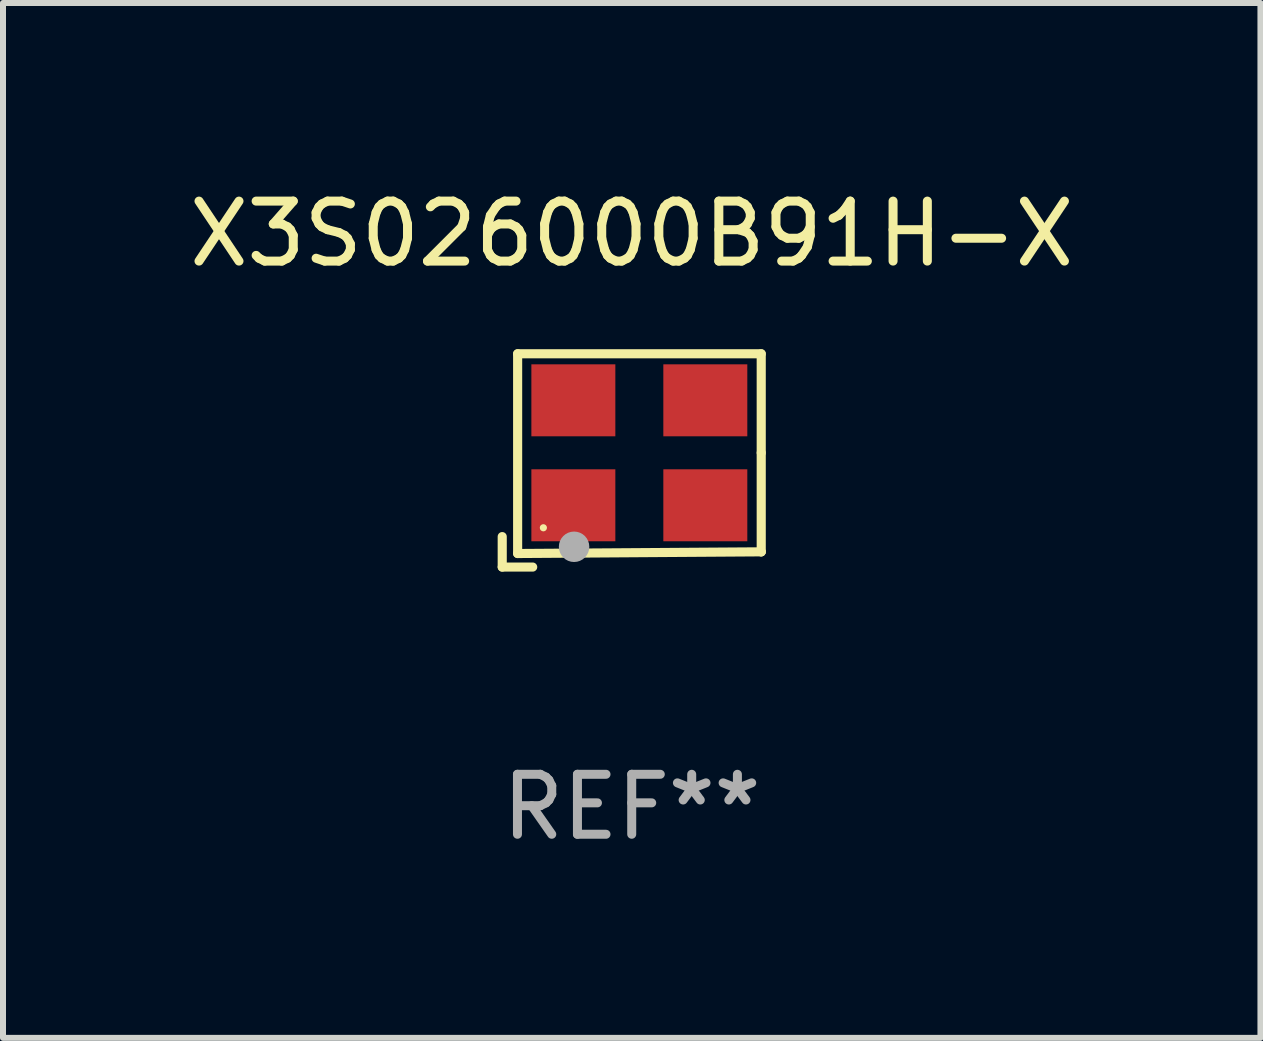
<source format=kicad_pcb>
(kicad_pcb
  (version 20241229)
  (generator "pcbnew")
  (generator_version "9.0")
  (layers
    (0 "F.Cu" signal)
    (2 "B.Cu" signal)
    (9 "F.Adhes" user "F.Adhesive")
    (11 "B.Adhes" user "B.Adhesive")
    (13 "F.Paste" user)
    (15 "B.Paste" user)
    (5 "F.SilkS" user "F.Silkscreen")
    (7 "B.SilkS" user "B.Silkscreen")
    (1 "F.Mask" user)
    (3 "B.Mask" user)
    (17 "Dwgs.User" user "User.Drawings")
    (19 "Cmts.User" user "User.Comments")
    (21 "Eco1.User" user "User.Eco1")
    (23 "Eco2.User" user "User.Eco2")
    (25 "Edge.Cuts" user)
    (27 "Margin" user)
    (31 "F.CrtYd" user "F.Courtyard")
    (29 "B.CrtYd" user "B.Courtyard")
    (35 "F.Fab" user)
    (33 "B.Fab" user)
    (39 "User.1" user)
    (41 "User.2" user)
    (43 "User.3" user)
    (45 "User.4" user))
  (footprint "X3S026000B91H-X"
    (layer "F.Cu")
    (at 7.482 4.626)
    (property "Reference" "X3S026000B91H-X" (at 0 -3.778 0) (layer "F.SilkS") (effects (font (size 1 1) (thickness 0.15))))
    (attr through_hole)
    (fp_line (start -2.159 1.27) (end -2.159 1.778) (stroke (width 0.152) (type solid)) (layer "F.SilkS"))
    (fp_line (start -2.159 1.778) (end -1.651 1.778) (stroke (width 0.152) (type solid)) (layer "F.SilkS"))
    (fp_line (start -1.902 -1.778) (end 2.159 -1.778) (stroke (width 0.152) (type solid)) (layer "F.SilkS"))
    (fp_line (start -1.902 1.552) (end -1.902 -1.778) (stroke (width 0.152) (type solid)) (layer "F.SilkS"))
    (fp_line (start 2.159 -1.778) (end 2.159 -0.127) (stroke (width 0.152) (type solid)) (layer "F.SilkS"))
    (fp_line (start 2.159 -0.127) (end 2.159 1.524) (stroke (width 0.152) (type solid)) (layer "F.SilkS"))
    (fp_line (start 2.159 1.524) (end -1.902 1.552) (stroke (width 0.152) (type solid)) (layer "F.SilkS"))
    (fp_line (start 2.159 1.524) (end 2.159 1.524) (stroke (width 0.152) (type solid)) (layer "F.SilkS"))
    (fp_circle (center -1.473 1.123) (end -1.443 1.123) (stroke (width 0.06) (type solid)) (fill no) (layer "F.SilkS"))
    (fp_circle (center -0.961 1.44) (end -0.834 1.44) (stroke (width 0.254) (type solid)) (fill no) (layer "F.Fab"))
    (fp_text user "REF**" (at 0 5.778 0) (layer "F.Fab") (effects (font (size 1 1) (thickness 0.15))))
    (pad "1" smd rect (at -0.973 0.748) (size 1.4 1.2) (layers "F.Cu" "F.Mask" "F.Paste"))
    (pad "2" smd rect (at 1.227 0.748) (size 1.4 1.2) (layers "F.Cu" "F.Mask" "F.Paste"))
    (pad "3" smd rect (at 1.227 -1.002) (size 1.4 1.2) (layers "F.Cu" "F.Mask" "F.Paste"))
    (pad "4" smd rect (at -0.973 -1.002) (size 1.4 1.2) (layers "F.Cu" "F.Mask" "F.Paste")))
  (gr_rect
    (start -3 -3)
    (end 17.964 14.253)
    (stroke (width 0.1) (type default))
    (fill no)
    (layer "Edge.Cuts")))
</source>
